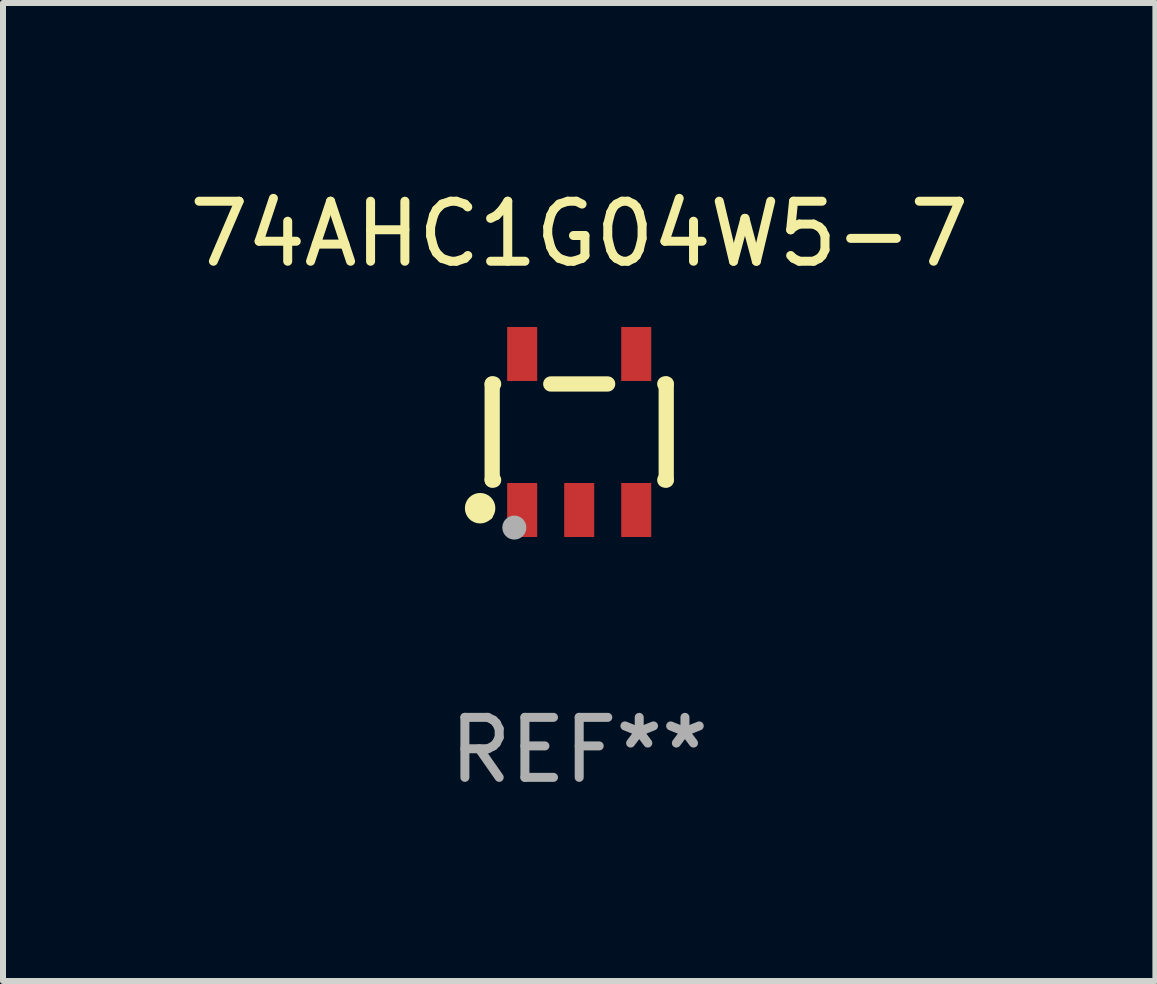
<source format=kicad_pcb>
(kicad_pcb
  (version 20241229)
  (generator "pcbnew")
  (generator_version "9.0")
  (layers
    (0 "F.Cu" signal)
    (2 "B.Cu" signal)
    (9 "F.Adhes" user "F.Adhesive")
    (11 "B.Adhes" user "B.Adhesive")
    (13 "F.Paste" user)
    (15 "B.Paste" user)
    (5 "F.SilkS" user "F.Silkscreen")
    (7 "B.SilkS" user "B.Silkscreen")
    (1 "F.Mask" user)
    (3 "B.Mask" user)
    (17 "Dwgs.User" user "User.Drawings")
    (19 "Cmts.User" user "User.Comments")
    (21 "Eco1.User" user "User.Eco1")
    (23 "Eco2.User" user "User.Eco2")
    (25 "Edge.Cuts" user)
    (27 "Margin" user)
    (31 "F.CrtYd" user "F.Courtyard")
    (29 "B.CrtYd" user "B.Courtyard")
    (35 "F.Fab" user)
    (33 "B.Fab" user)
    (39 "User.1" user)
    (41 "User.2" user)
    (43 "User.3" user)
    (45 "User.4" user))
  (footprint "74AHC1G04W5-7"
    (layer "F.Cu")
    (at 6.601 4.148)
    (property "Reference" "74AHC1G04W5-7" (at 0 -3.3 0) (layer "F.SilkS") (effects (font (size 1 1) (thickness 0.15))))
    (attr through_hole)
    (fp_line (start -1.45 0.8) (end -1.45 -0.8) (stroke (width 0.254) (type solid)) (layer "F.SilkS"))
    (fp_line (start -1.45 0.8) (end -1.426 0.8) (stroke (width 0.254) (type solid)) (layer "F.SilkS"))
    (fp_line (start -1.426 -0.8) (end -1.45 -0.8) (stroke (width 0.254) (type solid)) (layer "F.SilkS"))
    (fp_line (start 0.474 -0.8) (end -0.474 -0.8) (stroke (width 0.254) (type solid)) (layer "F.SilkS"))
    (fp_line (start 1.426 0.8) (end 1.45 0.8) (stroke (width 0.254) (type solid)) (layer "F.SilkS"))
    (fp_line (start 1.45 -0.8) (end 1.426 -0.8) (stroke (width 0.254) (type solid)) (layer "F.SilkS"))
    (fp_line (start 1.45 0.8) (end 1.45 -0.8) (stroke (width 0.254) (type solid)) (layer "F.SilkS"))
    (fp_circle (center -1.651 1.27) (end -1.524 1.27) (stroke (width 0.254) (type solid)) (fill no) (layer "F.SilkS"))
    (fp_circle (center -1.5 1.4) (end -1.47 1.4) (stroke (width 0.06) (type solid)) (fill no) (layer "F.SilkS"))
    (fp_circle (center -1.081 1.593) (end -0.981 1.593) (stroke (width 0.2) (type solid)) (fill no) (layer "F.Fab"))
    (fp_text user "REF**" (at 0 5.3 0) (layer "F.Fab") (effects (font (size 1 1) (thickness 0.15))))
    (pad "1" smd rect (at -0.95 1.3) (size 0.5 0.9) (layers "F.Cu" "F.Mask" "F.Paste"))
    (pad "2" smd rect (at 0 1.3) (size 0.5 0.9) (layers "F.Cu" "F.Mask" "F.Paste"))
    (pad "3" smd rect (at 0.95 1.3) (size 0.5 0.9) (layers "F.Cu" "F.Mask" "F.Paste"))
    (pad "4" smd rect (at 0.95 -1.3) (size 0.5 0.9) (layers "F.Cu" "F.Mask" "F.Paste"))
    (pad "5" smd rect (at -0.95 -1.3) (size 0.5 0.9) (layers "F.Cu" "F.Mask" "F.Paste")))
  (gr_rect
    (start -3 -3)
    (end 16.202 13.296)
    (stroke (width 0.1) (type default))
    (fill no)
    (layer "Edge.Cuts")))
</source>
